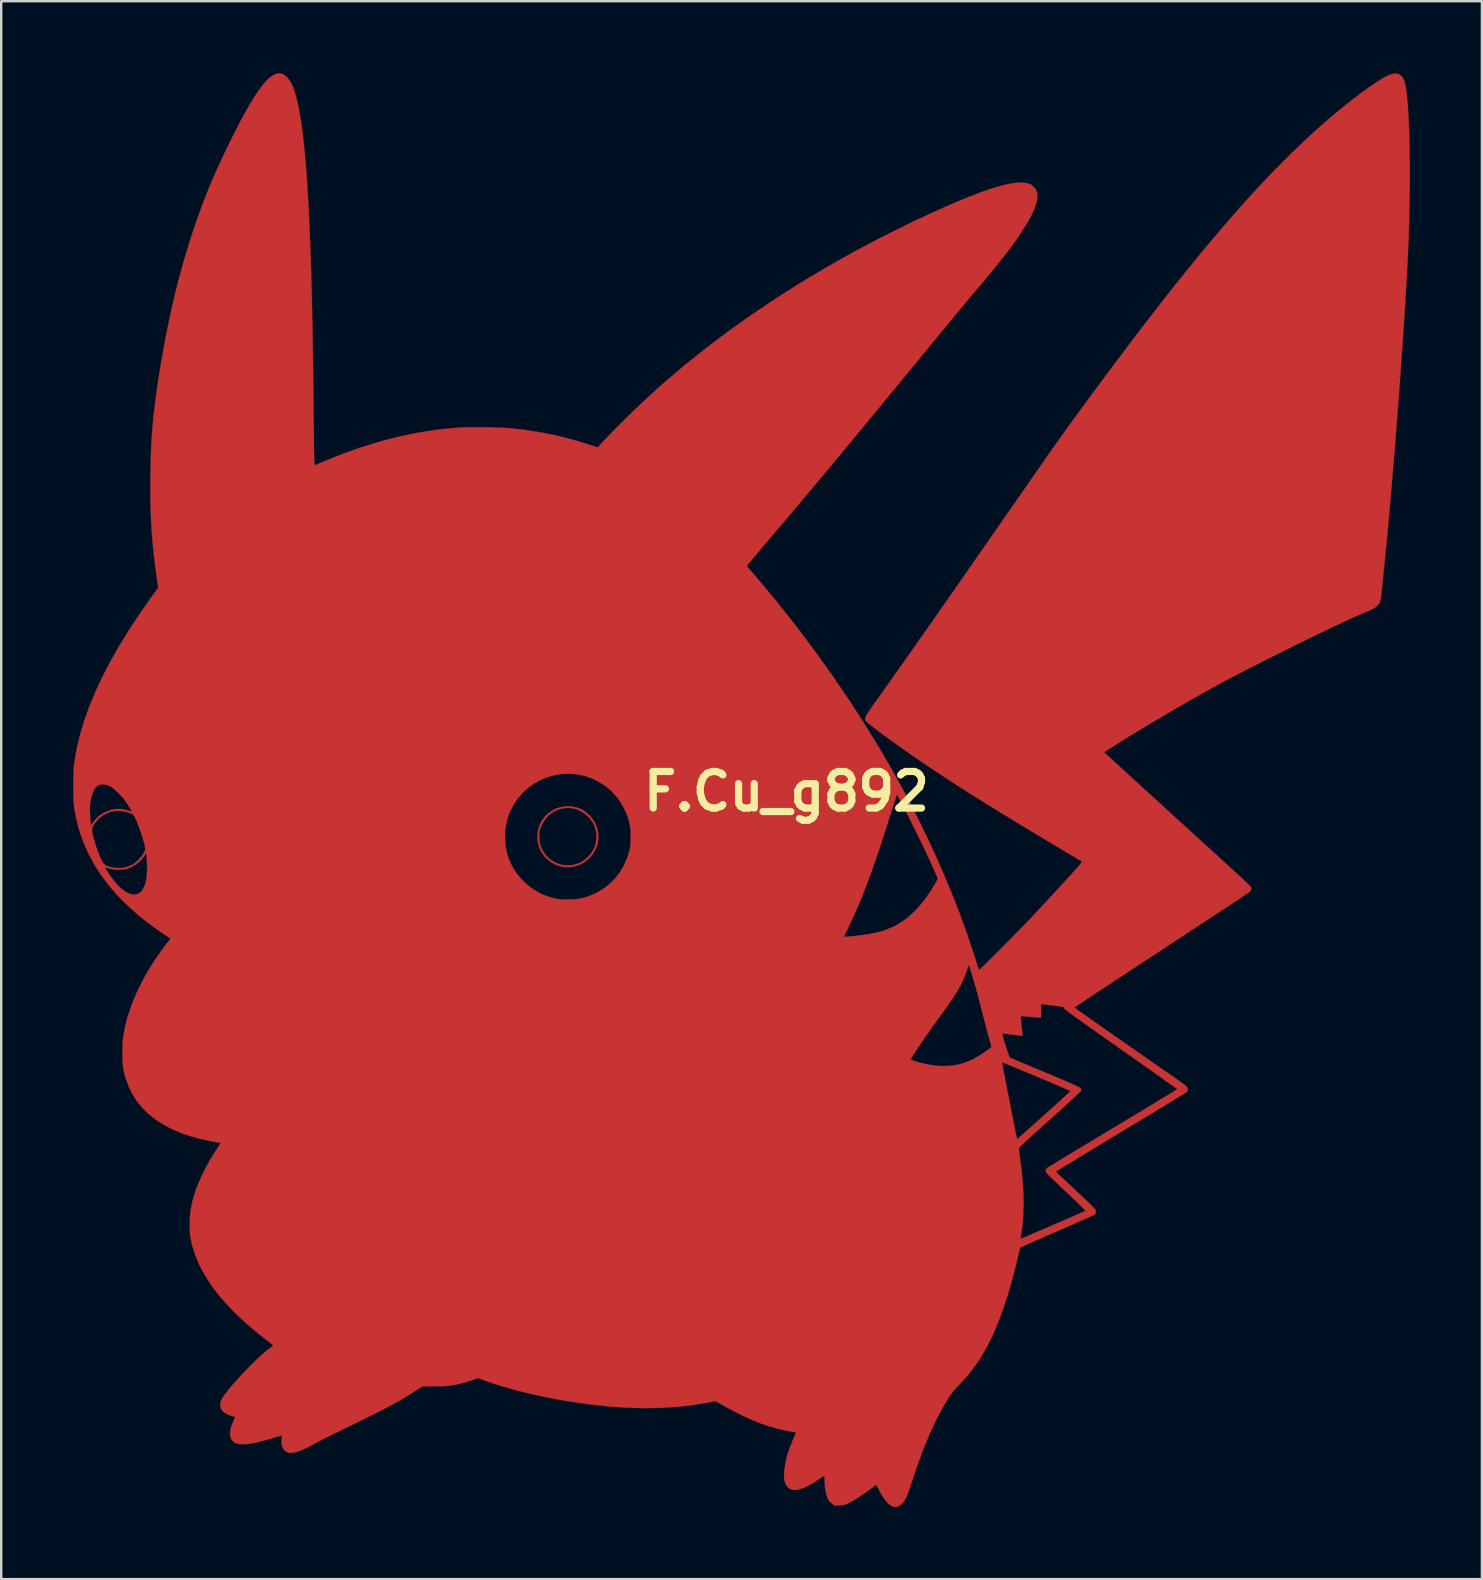
<source format=kicad_pcb>
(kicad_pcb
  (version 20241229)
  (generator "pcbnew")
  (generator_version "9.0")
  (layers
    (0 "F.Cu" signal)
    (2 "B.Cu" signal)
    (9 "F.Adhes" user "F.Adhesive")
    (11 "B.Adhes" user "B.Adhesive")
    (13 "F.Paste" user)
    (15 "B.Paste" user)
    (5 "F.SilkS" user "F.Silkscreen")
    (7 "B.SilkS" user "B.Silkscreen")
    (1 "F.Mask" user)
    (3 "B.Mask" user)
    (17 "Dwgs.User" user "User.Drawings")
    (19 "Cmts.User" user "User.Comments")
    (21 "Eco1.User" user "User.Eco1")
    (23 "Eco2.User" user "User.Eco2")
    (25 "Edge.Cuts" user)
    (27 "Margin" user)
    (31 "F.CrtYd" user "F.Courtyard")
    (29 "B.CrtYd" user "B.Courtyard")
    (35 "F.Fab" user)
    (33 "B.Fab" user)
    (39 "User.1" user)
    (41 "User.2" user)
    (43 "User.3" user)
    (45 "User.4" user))
  (footprint "F.Cu_g892"
    (layer "F.Cu")
    (at 29.71 29.919)
    (property "Reference" "F.Cu_g892" (at 0 0 0) (layer "F.SilkS") (effects (font (size 1.524 1.524) (thickness 0.3))))
    (attr through_hole)
    (fp_poly (pts (xy -8.772 0.657) (xy -8.554 0.736) (xy -8.533 0.746) (xy -8.403 0.825) (xy -8.27 0.934) (xy -8.146 1.062) (xy -8.04 1.197) (xy -7.972 1.312) (xy -7.886 1.533) (xy -7.841 1.756) (xy -7.837 1.977) (xy -7.873 2.194) (xy -7.947 2.402) (xy -8.061 2.597) (xy -8.211 2.775) (xy -8.389 2.926) (xy -8.586 3.039) (xy -8.796 3.115) (xy -9.016 3.151) (xy -9.242 3.147) (xy -9.433 3.112) (xy -9.65 3.034) (xy -9.845 2.92) (xy -10.016 2.774) (xy -10.159 2.597) (xy -10.244 2.448) (xy -10.31 2.295) (xy -10.35 2.146) (xy -10.369 1.985) (xy -10.371 1.884) (xy -10.365 1.811) (xy -10.298 1.811) (xy -10.297 1.965) (xy -10.281 2.113) (xy -10.251 2.239) (xy -10.249 2.244) (xy -10.155 2.459) (xy -10.031 2.645) (xy -9.878 2.8) (xy -9.694 2.926) (xy -9.543 2.998) (xy -9.344 3.057) (xy -9.134 3.08) (xy -8.922 3.066) (xy -8.778 3.034) (xy -8.587 2.96) (xy -8.416 2.855) (xy -8.265 2.722) (xy -8.12 2.552) (xy -8.016 2.374) (xy -7.949 2.181) (xy -7.919 1.97) (xy -7.916 1.88) (xy -7.932 1.665) (xy -7.982 1.472) (xy -8.067 1.293) (xy -8.191 1.123) (xy -8.274 1.035) (xy -8.444 0.892) (xy -8.627 0.787) (xy -8.819 0.719) (xy -9.016 0.686) (xy -9.214 0.687) (xy -9.408 0.722) (xy -9.594 0.789) (xy -9.769 0.888) (xy -9.927 1.017) (xy -10.066 1.175) (xy -10.181 1.362) (xy -10.258 1.545) (xy -10.285 1.666) (xy -10.298 1.811) (xy -10.365 1.811) (xy -10.352 1.649) (xy -10.296 1.432) (xy -10.201 1.234) (xy -10.068 1.052) (xy -10.015 0.996) (xy -9.838 0.846) (xy -9.644 0.733) (xy -9.435 0.656) (xy -9.217 0.618) (xy -8.994 0.618) (xy -8.772 0.657)) (stroke (width 0.01) (type solid)) (fill yes) (layer "F.Cu"))
    (fp_poly (pts (xy -21.007 -29.891) (xy -20.888 -29.828) (xy -20.777 -29.725) (xy -20.675 -29.583) (xy -20.583 -29.405) (xy -20.542 -29.305) (xy -20.48 -29.125) (xy -20.421 -28.919) (xy -20.364 -28.688) (xy -20.31 -28.429) (xy -20.259 -28.143) (xy -20.21 -27.828) (xy -20.163 -27.485) (xy -20.119 -27.112) (xy -20.077 -26.709) (xy -20.037 -26.274) (xy -20 -25.808) (xy -19.965 -25.31) (xy -19.932 -24.778) (xy -19.902 -24.213) (xy -19.873 -23.613) (xy -19.847 -22.978) (xy -19.822 -22.307) (xy -19.8 -21.6) (xy -19.779 -20.856) (xy -19.761 -20.073) (xy -19.744 -19.252) (xy -19.729 -18.391) (xy -19.716 -17.491) (xy -19.704 -16.55) (xy -19.695 -15.567) (xy -19.692 -15.277) (xy -19.69 -15.014) (xy -19.687 -14.763) (xy -19.684 -14.528) (xy -19.681 -14.312) (xy -19.678 -14.119) (xy -19.675 -13.95) (xy -19.671 -13.81) (xy -19.668 -13.701) (xy -19.665 -13.628) (xy -19.662 -13.592) (xy -19.661 -13.589) (xy -19.637 -13.597) (xy -19.581 -13.619) (xy -19.498 -13.653) (xy -19.396 -13.695) (xy -19.28 -13.744) (xy -19.278 -13.745) (xy -18.474 -14.068) (xy -17.677 -14.35) (xy -16.888 -14.591) (xy -16.104 -14.791) (xy -15.326 -14.95) (xy -14.552 -15.069) (xy -13.782 -15.147) (xy -13.647 -15.157) (xy -13.495 -15.165) (xy -13.311 -15.17) (xy -13.103 -15.173) (xy -12.877 -15.173) (xy -12.641 -15.172) (xy -12.403 -15.169) (xy -12.169 -15.163) (xy -11.948 -15.156) (xy -11.746 -15.148) (xy -11.571 -15.138) (xy -11.43 -15.126) (xy -11.419 -15.125) (xy -10.822 -15.052) (xy -10.254 -14.962) (xy -9.704 -14.854) (xy -9.162 -14.725) (xy -8.618 -14.572) (xy -8.256 -14.459) (xy -7.865 -14.332) (xy -7.675 -14.537) (xy -7.439 -14.788) (xy -7.176 -15.059) (xy -6.892 -15.344) (xy -6.593 -15.639) (xy -6.285 -15.937) (xy -5.974 -16.232) (xy -5.666 -16.518) (xy -5.368 -16.79) (xy -5.112 -17.017) (xy -4.238 -17.76) (xy -3.325 -18.488) (xy -2.377 -19.202) (xy -1.396 -19.898) (xy -0.384 -20.576) (xy 0.658 -21.234) (xy 1.725 -21.87) (xy 2.816 -22.484) (xy 3.929 -23.073) (xy 5.061 -23.635) (xy 5.345 -23.771) (xy 5.875 -24.019) (xy 6.37 -24.245) (xy 6.832 -24.449) (xy 7.261 -24.632) (xy 7.659 -24.793) (xy 8.026 -24.934) (xy 8.363 -25.054) (xy 8.672 -25.154) (xy 8.954 -25.235) (xy 9.209 -25.297) (xy 9.438 -25.339) (xy 9.577 -25.358) (xy 9.69 -25.368) (xy 9.78 -25.369) (xy 9.867 -25.362) (xy 9.97 -25.345) (xy 9.977 -25.343) (xy 10.069 -25.325) (xy 10.133 -25.307) (xy 10.181 -25.283) (xy 10.228 -25.246) (xy 10.287 -25.19) (xy 10.288 -25.189) (xy 10.355 -25.119) (xy 10.397 -25.061) (xy 10.423 -25) (xy 10.434 -24.959) (xy 10.452 -24.814) (xy 10.438 -24.648) (xy 10.394 -24.461) (xy 10.319 -24.252) (xy 10.212 -24.019) (xy 10.073 -23.761) (xy 9.902 -23.478) (xy 9.882 -23.446) (xy 9.742 -23.231) (xy 9.592 -23.012) (xy 9.43 -22.785) (xy 9.254 -22.548) (xy 9.061 -22.297) (xy 8.85 -22.029) (xy 8.617 -21.742) (xy 8.361 -21.433) (xy 8.079 -21.098) (xy 7.895 -20.881) (xy 7.827 -20.801) (xy 7.735 -20.691) (xy 7.62 -20.554) (xy 7.485 -20.392) (xy 7.332 -20.208) (xy 7.164 -20.004) (xy 6.981 -19.784) (xy 6.787 -19.549) (xy 6.584 -19.303) (xy 6.373 -19.047) (xy 6.158 -18.786) (xy 5.94 -18.521) (xy 5.81 -18.362) (xy 5.376 -17.834) (xy 4.968 -17.337) (xy 4.583 -16.869) (xy 4.219 -16.427) (xy 3.876 -16.011) (xy 3.551 -15.617) (xy 3.244 -15.244) (xy 2.951 -14.889) (xy 2.672 -14.552) (xy 2.404 -14.229) (xy 2.147 -13.919) (xy 1.898 -13.62) (xy 1.656 -13.329) (xy 1.419 -13.046) (xy 1.186 -12.767) (xy 0.954 -12.491) (xy 0.723 -12.215) (xy 0.49 -11.939) (xy 0.254 -11.659) (xy 0.013 -11.374) (xy -0.235 -11.082) (xy -0.49 -10.781) (xy -0.756 -10.468) (xy -0.916 -10.28) (xy -1.054 -10.117) (xy -1.183 -9.964) (xy -1.302 -9.823) (xy -1.407 -9.697) (xy -1.496 -9.59) (xy -1.567 -9.505) (xy -1.616 -9.445) (xy -1.641 -9.412) (xy -1.644 -9.408) (xy -1.636 -9.378) (xy -1.605 -9.33) (xy -1.562 -9.277) (xy -1.517 -9.228) (xy -1.451 -9.153) (xy -1.372 -9.062) (xy -1.284 -8.961) (xy -1.215 -8.879) (xy -0.425 -7.934) (xy 0.352 -6.953) (xy 1.113 -5.944) (xy 1.853 -4.914) (xy 2.567 -3.869) (xy 3.25 -2.816) (xy 3.897 -1.763) (xy 3.951 -1.672) (xy 4.484 -0.749) (xy 4.996 0.19) (xy 5.484 1.139) (xy 5.947 2.095) (xy 6.383 3.053) (xy 6.791 4.009) (xy 7.167 4.958) (xy 7.51 5.897) (xy 7.819 6.821) (xy 7.896 7.064) (xy 7.933 7.181) (xy 7.967 7.282) (xy 7.995 7.362) (xy 8.017 7.413) (xy 8.027 7.429) (xy 8.047 7.415) (xy 8.093 7.373) (xy 8.164 7.305) (xy 8.256 7.216) (xy 8.366 7.107) (xy 8.493 6.982) (xy 8.633 6.843) (xy 8.783 6.692) (xy 8.942 6.533) (xy 9.105 6.369) (xy 9.271 6.201) (xy 9.437 6.033) (xy 9.599 5.867) (xy 9.756 5.707) (xy 9.905 5.554) (xy 10.043 5.412) (xy 10.166 5.284) (xy 10.273 5.171) (xy 10.309 5.133) (xy 10.444 4.989) (xy 10.594 4.828) (xy 10.755 4.655) (xy 10.923 4.474) (xy 11.096 4.287) (xy 11.268 4.1) (xy 11.437 3.916) (xy 11.599 3.74) (xy 11.751 3.574) (xy 11.888 3.424) (xy 12.007 3.293) (xy 12.104 3.186) (xy 12.172 3.109) (xy 12.232 3.038) (xy 12.277 2.978) (xy 12.302 2.937) (xy 12.305 2.921) (xy 12.284 2.907) (xy 12.23 2.874) (xy 12.147 2.824) (xy 12.039 2.759) (xy 11.911 2.682) (xy 11.765 2.595) (xy 11.607 2.5) (xy 11.515 2.445) (xy 10.981 2.126) (xy 10.481 1.826) (xy 10.012 1.544) (xy 9.573 1.278) (xy 9.158 1.026) (xy 8.768 0.786) (xy 8.397 0.557) (xy 8.044 0.337) (xy 7.706 0.125) (xy 7.38 -0.082) (xy 7.064 -0.285) (xy 6.754 -0.486) (xy 6.448 -0.686) (xy 6.143 -0.888) (xy 6.043 -0.955) (xy 5.817 -1.106) (xy 5.585 -1.264) (xy 5.351 -1.425) (xy 5.116 -1.588) (xy 4.884 -1.751) (xy 4.657 -1.911) (xy 4.439 -2.068) (xy 4.232 -2.217) (xy 4.038 -2.359) (xy 3.862 -2.49) (xy 3.704 -2.608) (xy 3.57 -2.712) (xy 3.46 -2.8) (xy 3.378 -2.869) (xy 3.327 -2.917) (xy 3.313 -2.934) (xy 3.293 -2.966) (xy 3.28 -2.996) (xy 3.275 -3.028) (xy 3.28 -3.066) (xy 3.296 -3.112) (xy 3.326 -3.172) (xy 3.371 -3.247) (xy 3.433 -3.342) (xy 3.514 -3.46) (xy 3.616 -3.604) (xy 3.74 -3.779) (xy 3.773 -3.824) (xy 4.051 -4.215) (xy 4.348 -4.633) (xy 4.663 -5.078) (xy 4.997 -5.552) (xy 5.351 -6.056) (xy 5.725 -6.589) (xy 6.121 -7.154) (xy 6.538 -7.75) (xy 6.977 -8.38) (xy 7.439 -9.043) (xy 7.641 -9.335) (xy 7.822 -9.595) (xy 8.015 -9.872) (xy 8.217 -10.161) (xy 8.421 -10.456) (xy 8.626 -10.75) (xy 8.826 -11.037) (xy 9.017 -11.312) (xy 9.196 -11.568) (xy 9.357 -11.8) (xy 9.461 -11.949) (xy 9.612 -12.166) (xy 9.768 -12.389) (xy 9.923 -12.613) (xy 10.076 -12.833) (xy 10.222 -13.043) (xy 10.357 -13.239) (xy 10.479 -13.415) (xy 10.583 -13.566) (xy 10.657 -13.674) (xy 10.866 -13.974) (xy 11.098 -14.305) (xy 11.351 -14.661) (xy 11.624 -15.041) (xy 11.913 -15.441) (xy 12.215 -15.856) (xy 12.53 -16.285) (xy 12.853 -16.723) (xy 13.182 -17.167) (xy 13.516 -17.614) (xy 13.85 -18.06) (xy 14.184 -18.503) (xy 14.514 -18.938) (xy 14.838 -19.362) (xy 15.153 -19.773) (xy 15.457 -20.166) (xy 15.747 -20.539) (xy 16.021 -20.887) (xy 16.168 -21.071) (xy 16.711 -21.748) (xy 17.236 -22.39) (xy 17.743 -22.999) (xy 18.236 -23.578) (xy 18.716 -24.129) (xy 19.184 -24.654) (xy 19.643 -25.155) (xy 20.095 -25.635) (xy 20.542 -26.095) (xy 20.986 -26.538) (xy 21.428 -26.966) (xy 21.675 -27.199) (xy 21.983 -27.483) (xy 22.3 -27.765) (xy 22.621 -28.043) (xy 22.942 -28.313) (xy 23.261 -28.572) (xy 23.572 -28.818) (xy 23.873 -29.048) (xy 24.158 -29.258) (xy 24.425 -29.445) (xy 24.67 -29.606) (xy 24.828 -29.703) (xy 25.001 -29.798) (xy 25.149 -29.863) (xy 25.276 -29.898) (xy 25.387 -29.905) (xy 25.486 -29.884) (xy 25.528 -29.866) (xy 25.597 -29.821) (xy 25.654 -29.762) (xy 25.702 -29.683) (xy 25.741 -29.579) (xy 25.775 -29.446) (xy 25.805 -29.279) (xy 25.824 -29.139) (xy 25.854 -28.874) (xy 25.88 -28.57) (xy 25.903 -28.23) (xy 25.921 -27.857) (xy 25.937 -27.454) (xy 25.949 -27.025) (xy 25.957 -26.572) (xy 25.961 -26.099) (xy 25.962 -25.609) (xy 25.959 -25.104) (xy 25.953 -24.589) (xy 25.943 -24.065) (xy 25.929 -23.537) (xy 25.911 -23.007) (xy 25.889 -22.479) (xy 25.865 -21.982) (xy 25.836 -21.439) (xy 25.803 -20.861) (xy 25.766 -20.252) (xy 25.725 -19.616) (xy 25.682 -18.957) (xy 25.636 -18.28) (xy 25.587 -17.589) (xy 25.536 -16.888) (xy 25.483 -16.181) (xy 25.429 -15.472) (xy 25.374 -14.766) (xy 25.318 -14.068) (xy 25.261 -13.38) (xy 25.205 -12.708) (xy 25.148 -12.056) (xy 25.092 -11.428) (xy 25.037 -10.828) (xy 24.983 -10.26) (xy 24.93 -9.73) (xy 24.914 -9.567) (xy 24.893 -9.366) (xy 24.873 -9.162) (xy 24.853 -8.961) (xy 24.835 -8.773) (xy 24.818 -8.604) (xy 24.805 -8.463) (xy 24.797 -8.371) (xy 24.782 -8.207) (xy 24.763 -8.07) (xy 24.738 -7.957) (xy 24.703 -7.862) (xy 24.652 -7.782) (xy 24.583 -7.712) (xy 24.492 -7.647) (xy 24.375 -7.582) (xy 24.227 -7.514) (xy 24.045 -7.437) (xy 23.961 -7.403) (xy 23.822 -7.344) (xy 23.649 -7.268) (xy 23.445 -7.175) (xy 23.212 -7.067) (xy 22.955 -6.946) (xy 22.676 -6.814) (xy 22.378 -6.671) (xy 22.064 -6.519) (xy 21.738 -6.36) (xy 21.403 -6.196) (xy 21.062 -6.028) (xy 20.718 -5.857) (xy 20.374 -5.686) (xy 20.034 -5.515) (xy 19.7 -5.346) (xy 19.375 -5.181) (xy 19.064 -5.022) (xy 18.768 -4.869) (xy 18.491 -4.725) (xy 18.237 -4.59) (xy 18.034 -4.481) (xy 17.728 -4.314) (xy 17.393 -4.128) (xy 17.035 -3.925) (xy 16.658 -3.709) (xy 16.269 -3.484) (xy 15.873 -3.253) (xy 15.476 -3.018) (xy 15.083 -2.784) (xy 14.7 -2.554) (xy 14.333 -2.331) (xy 13.987 -2.118) (xy 13.668 -1.918) (xy 13.417 -1.759) (xy 13.227 -1.637) (xy 13.943 -0.982) (xy 14.085 -0.852) (xy 14.255 -0.696) (xy 14.45 -0.517) (xy 14.668 -0.318) (xy 14.904 -0.102) (xy 15.156 0.128) (xy 15.422 0.37) (xy 15.697 0.622) (xy 15.979 0.879) (xy 16.264 1.14) (xy 16.55 1.401) (xy 16.834 1.66) (xy 17.112 1.913) (xy 17.381 2.159) (xy 17.639 2.394) (xy 17.882 2.616) (xy 18.108 2.822) (xy 18.312 3.008) (xy 18.492 3.172) (xy 18.646 3.312) (xy 18.69 3.352) (xy 18.828 3.478) (xy 18.957 3.597) (xy 19.073 3.705) (xy 19.173 3.799) (xy 19.254 3.876) (xy 19.311 3.932) (xy 19.341 3.964) (xy 19.344 3.968) (xy 19.362 4.035) (xy 19.343 4.11) (xy 19.308 4.162) (xy 19.282 4.184) (xy 19.224 4.226) (xy 19.14 4.285) (xy 19.033 4.358) (xy 18.908 4.442) (xy 18.77 4.534) (xy 18.647 4.615) (xy 18.524 4.695) (xy 18.369 4.797) (xy 18.183 4.919) (xy 17.97 5.059) (xy 17.732 5.215) (xy 17.472 5.386) (xy 17.192 5.57) (xy 16.895 5.765) (xy 16.584 5.97) (xy 16.261 6.182) (xy 15.928 6.4) (xy 15.589 6.623) (xy 15.247 6.848) (xy 14.902 7.075) (xy 14.559 7.3) (xy 14.22 7.523) (xy 13.888 7.742) (xy 13.564 7.955) (xy 13.252 8.16) (xy 13.208 8.189) (xy 13.006 8.322) (xy 12.814 8.449) (xy 12.635 8.567) (xy 12.474 8.675) (xy 12.331 8.77) (xy 12.211 8.851) (xy 12.115 8.915) (xy 12.048 8.962) (xy 12.012 8.988) (xy 12.006 8.993) (xy 12.021 9.01) (xy 12.064 9.047) (xy 12.132 9.099) (xy 12.217 9.161) (xy 12.281 9.207) (xy 12.598 9.429) (xy 12.924 9.658) (xy 13.254 9.89) (xy 13.586 10.122) (xy 13.915 10.352) (xy 14.237 10.576) (xy 14.547 10.793) (xy 14.843 10.999) (xy 15.118 11.19) (xy 15.371 11.366) (xy 15.595 11.521) (xy 15.737 11.62) (xy 15.91 11.739) (xy 16.074 11.854) (xy 16.225 11.96) (xy 16.359 12.056) (xy 16.474 12.139) (xy 16.565 12.206) (xy 16.628 12.255) (xy 16.661 12.283) (xy 16.663 12.285) (xy 16.71 12.362) (xy 16.718 12.437) (xy 16.686 12.504) (xy 16.685 12.506) (xy 16.662 12.523) (xy 16.605 12.56) (xy 16.517 12.616) (xy 16.4 12.688) (xy 16.256 12.777) (xy 16.089 12.88) (xy 15.9 12.995) (xy 15.692 13.122) (xy 15.468 13.258) (xy 15.23 13.403) (xy 14.98 13.553) (xy 14.806 13.658) (xy 14.325 13.948) (xy 13.88 14.216) (xy 13.471 14.463) (xy 13.098 14.689) (xy 12.759 14.894) (xy 12.455 15.078) (xy 12.186 15.241) (xy 11.951 15.385) (xy 11.749 15.508) (xy 11.582 15.611) (xy 11.447 15.694) (xy 11.345 15.758) (xy 11.276 15.802) (xy 11.239 15.827) (xy 11.233 15.832) (xy 11.242 15.85) (xy 11.278 15.892) (xy 11.334 15.95) (xy 11.408 16.019) (xy 11.435 16.044) (xy 11.566 16.164) (xy 11.707 16.294) (xy 11.853 16.43) (xy 12.001 16.568) (xy 12.148 16.707) (xy 12.29 16.842) (xy 12.424 16.969) (xy 12.546 17.087) (xy 12.654 17.192) (xy 12.743 17.28) (xy 12.81 17.349) (xy 12.853 17.395) (xy 12.867 17.412) (xy 12.891 17.5) (xy 12.878 17.574) (xy 12.832 17.626) (xy 12.804 17.641) (xy 12.74 17.671) (xy 12.643 17.715) (xy 12.517 17.772) (xy 12.364 17.84) (xy 12.188 17.918) (xy 11.992 18.004) (xy 11.779 18.098) (xy 11.552 18.197) (xy 11.314 18.301) (xy 11.271 18.319) (xy 11.033 18.423) (xy 10.805 18.522) (xy 10.592 18.616) (xy 10.396 18.702) (xy 10.219 18.78) (xy 10.066 18.848) (xy 9.939 18.904) (xy 9.842 18.949) (xy 9.776 18.979) (xy 9.746 18.994) (xy 9.745 18.995) (xy 9.733 19.021) (xy 9.715 19.083) (xy 9.69 19.175) (xy 9.661 19.29) (xy 9.629 19.423) (xy 9.601 19.542) (xy 9.485 20.018) (xy 9.358 20.49) (xy 9.222 20.952) (xy 9.077 21.398) (xy 8.927 21.823) (xy 8.773 22.22) (xy 8.617 22.583) (xy 8.54 22.75) (xy 8.353 23.119) (xy 8.164 23.455) (xy 7.966 23.767) (xy 7.752 24.064) (xy 7.517 24.355) (xy 7.253 24.648) (xy 7.142 24.765) (xy 6.985 24.937) (xy 6.855 25.1) (xy 6.78 25.209) (xy 6.583 25.535) (xy 6.395 25.871) (xy 6.215 26.221) (xy 6.04 26.589) (xy 5.87 26.979) (xy 5.701 27.394) (xy 5.534 27.839) (xy 5.366 28.318) (xy 5.195 28.834) (xy 5.155 28.959) (xy 5.083 29.172) (xy 5.013 29.346) (xy 4.944 29.487) (xy 4.874 29.597) (xy 4.8 29.681) (xy 4.734 29.734) (xy 4.631 29.787) (xy 4.532 29.802) (xy 4.427 29.781) (xy 4.345 29.744) (xy 4.261 29.684) (xy 4.169 29.589) (xy 4.073 29.466) (xy 3.977 29.321) (xy 3.888 29.161) (xy 3.851 29.087) (xy 3.802 28.986) (xy 3.765 28.922) (xy 3.739 28.89) (xy 3.721 28.886) (xy 3.72 28.886) (xy 3.694 28.904) (xy 3.641 28.943) (xy 3.568 28.997) (xy 3.482 29.061) (xy 3.45 29.085) (xy 3.208 29.261) (xy 2.984 29.412) (xy 2.781 29.537) (xy 2.602 29.632) (xy 2.592 29.637) (xy 2.5 29.68) (xy 2.428 29.707) (xy 2.362 29.723) (xy 2.283 29.731) (xy 2.202 29.735) (xy 2 29.743) (xy 1.875 29.64) (xy 1.807 29.582) (xy 1.762 29.531) (xy 1.728 29.471) (xy 1.695 29.387) (xy 1.691 29.377) (xy 1.628 29.146) (xy 1.594 28.885) (xy 1.587 28.698) (xy 1.588 28.615) (xy 1.585 28.559) (xy 1.573 28.53) (xy 1.546 28.528) (xy 1.5 28.55) (xy 1.428 28.596) (xy 1.338 28.656) (xy 1.121 28.795) (xy 0.919 28.909) (xy 0.735 28.997) (xy 0.571 29.058) (xy 0.43 29.091) (xy 0.316 29.095) (xy 0.311 29.094) (xy 0.188 29.067) (xy 0.091 29.016) (xy 0.016 28.936) (xy -0.045 28.823) (xy -0.074 28.746) (xy -0.096 28.633) (xy -0.102 28.484) (xy -0.092 28.305) (xy -0.064 28.099) (xy -0.025 27.887) (xy 0.003 27.762) (xy 0.032 27.648) (xy 0.064 27.538) (xy 0.103 27.423) (xy 0.151 27.295) (xy 0.211 27.144) (xy 0.282 26.973) (xy 0.399 26.694) (xy 0.247 26.67) (xy -0.084 26.609) (xy -0.405 26.534) (xy -0.722 26.444) (xy -1.04 26.336) (xy -1.365 26.208) (xy -1.702 26.058) (xy -2.057 25.884) (xy -2.435 25.684) (xy -2.603 25.59) (xy -2.953 25.395) (xy -3.302 25.46) (xy -3.945 25.564) (xy -4.608 25.636) (xy -5.291 25.676) (xy -5.996 25.685) (xy -6.724 25.662) (xy -7.476 25.608) (xy -8.254 25.523) (xy -9.059 25.406) (xy -9.288 25.367) (xy -9.723 25.288) (xy -10.161 25.199) (xy -10.596 25.103) (xy -11.022 25) (xy -11.433 24.892) (xy -11.823 24.781) (xy -12.186 24.669) (xy -12.516 24.556) (xy -12.686 24.492) (xy -12.853 24.428) (xy -13.076 24.512) (xy -13.365 24.607) (xy -13.689 24.689) (xy -13.928 24.736) (xy -14.014 24.749) (xy -14.113 24.759) (xy -14.231 24.766) (xy -14.374 24.771) (xy -14.55 24.773) (xy -14.648 24.774) (xy -15.168 24.776) (xy -15.431 24.948) (xy -15.555 25.028) (xy -15.672 25.103) (xy -15.785 25.174) (xy -15.898 25.243) (xy -16.013 25.312) (xy -16.131 25.38) (xy -16.257 25.451) (xy -16.392 25.525) (xy -16.54 25.604) (xy -16.702 25.689) (xy -16.881 25.781) (xy -17.08 25.882) (xy -17.302 25.993) (xy -17.549 26.115) (xy -17.823 26.251) (xy -18.128 26.401) (xy -18.466 26.566) (xy -18.839 26.748) (xy -18.848 26.752) (xy -19.001 26.828) (xy -19.15 26.902) (xy -19.288 26.972) (xy -19.409 27.033) (xy -19.507 27.084) (xy -19.573 27.12) (xy -19.58 27.124) (xy -19.844 27.27) (xy -20.079 27.385) (xy -20.284 27.469) (xy -20.461 27.523) (xy -20.61 27.548) (xy -20.73 27.541) (xy -20.781 27.526) (xy -20.889 27.462) (xy -20.966 27.368) (xy -21.015 27.245) (xy -21.033 27.093) (xy -21.028 26.967) (xy -21.013 26.819) (xy -21.116 26.849) (xy -21.177 26.866) (xy -21.267 26.892) (xy -21.373 26.923) (xy -21.482 26.955) (xy -21.773 27.037) (xy -22.029 27.101) (xy -22.252 27.148) (xy -22.444 27.178) (xy -22.609 27.191) (xy -22.748 27.188) (xy -22.865 27.168) (xy -22.963 27.132) (xy -23.01 27.105) (xy -23.098 27.023) (xy -23.154 26.915) (xy -23.177 26.783) (xy -23.169 26.629) (xy -23.128 26.456) (xy -23.055 26.264) (xy -23.043 26.238) (xy -23.008 26.162) (xy -22.982 26.1) (xy -22.967 26.063) (xy -22.966 26.057) (xy -22.985 26.046) (xy -23.035 26.029) (xy -23.106 26.01) (xy -23.119 26.007) (xy -23.238 25.97) (xy -23.341 25.917) (xy -23.399 25.876) (xy -23.474 25.816) (xy -23.522 25.764) (xy -23.553 25.706) (xy -23.577 25.628) (xy -23.581 25.612) (xy -23.59 25.543) (xy -23.583 25.47) (xy -23.559 25.389) (xy -23.515 25.297) (xy -23.45 25.191) (xy -23.361 25.068) (xy -23.248 24.925) (xy -23.107 24.758) (xy -22.961 24.591) (xy -22.772 24.381) (xy -22.581 24.176) (xy -22.392 23.979) (xy -22.209 23.795) (xy -22.036 23.627) (xy -21.877 23.48) (xy -21.736 23.357) (xy -21.618 23.263) (xy -21.606 23.254) (xy -21.522 23.192) (xy -21.452 23.139) (xy -21.403 23.099) (xy -21.38 23.077) (xy -21.38 23.075) (xy -21.396 23.058) (xy -21.441 23.02) (xy -21.507 22.967) (xy -21.591 22.901) (xy -21.649 22.856) (xy -22.146 22.463) (xy -22.6 22.071) (xy -23.012 21.679) (xy -23.382 21.288) (xy -23.712 20.898) (xy -24 20.507) (xy -24.247 20.116) (xy -24.454 19.723) (xy -24.62 19.33) (xy -24.746 18.936) (xy -24.821 18.605) (xy -24.843 18.443) (xy -24.856 18.251) (xy -24.86 18.042) (xy -24.855 17.828) (xy -24.842 17.62) (xy -24.819 17.432) (xy -24.811 17.378) (xy -24.724 16.989) (xy -24.602 16.593) (xy -24.442 16.187) (xy -24.244 15.771) (xy -24.008 15.343) (xy -23.736 14.906) (xy -23.679 14.817) (xy -23.631 14.74) (xy -23.596 14.683) (xy -23.58 14.652) (xy -23.58 14.65) (xy -23.599 14.638) (xy -23.65 14.624) (xy -23.723 14.61) (xy -23.744 14.606) (xy -24.008 14.559) (xy -24.288 14.498) (xy -24.57 14.428) (xy -24.84 14.351) (xy -25.086 14.271) (xy -25.159 14.245) (xy -25.565 14.076) (xy -25.935 13.886) (xy -26.269 13.673) (xy -26.568 13.438) (xy -26.831 13.18) (xy -27.059 12.899) (xy -27.252 12.595) (xy -27.411 12.267) (xy -27.534 11.916) (xy -27.592 11.695) (xy -27.613 11.595) (xy -27.629 11.503) (xy -27.641 11.411) (xy -27.649 11.306) (xy -27.655 11.18) (xy -27.656 11.17) (xy 5.173 11.17) (xy 5.201 11.184) (xy 5.263 11.205) (xy 5.349 11.232) (xy 5.452 11.262) (xy 5.564 11.293) (xy 5.676 11.322) (xy 5.781 11.347) (xy 5.868 11.366) (xy 6.213 11.42) (xy 6.539 11.439) (xy 6.852 11.423) (xy 7.043 11.396) (xy 7.296 11.338) (xy 7.458 11.283) (xy 8.979 11.283) (xy 8.982 11.306) (xy 8.992 11.366) (xy 9.009 11.461) (xy 9.033 11.585) (xy 9.061 11.736) (xy 9.094 11.909) (xy 9.131 12.101) (xy 9.172 12.307) (xy 9.195 12.427) (xy 9.241 12.659) (xy 9.287 12.892) (xy 9.332 13.122) (xy 9.375 13.342) (xy 9.415 13.546) (xy 9.451 13.728) (xy 9.481 13.882) (xy 9.504 14.001) (xy 9.507 14.018) (xy 9.534 14.151) (xy 9.559 14.268) (xy 9.582 14.364) (xy 9.6 14.433) (xy 9.612 14.469) (xy 9.615 14.473) (xy 9.634 14.458) (xy 9.681 14.417) (xy 9.755 14.353) (xy 9.852 14.267) (xy 9.971 14.162) (xy 10.108 14.04) (xy 10.261 13.903) (xy 10.427 13.755) (xy 10.605 13.596) (xy 10.731 13.483) (xy 10.914 13.318) (xy 11.087 13.162) (xy 11.249 13.016) (xy 11.395 12.883) (xy 11.524 12.765) (xy 11.633 12.664) (xy 11.72 12.582) (xy 11.782 12.523) (xy 11.817 12.488) (xy 11.824 12.479) (xy 11.804 12.467) (xy 11.749 12.441) (xy 11.663 12.402) (xy 11.549 12.352) (xy 11.41 12.292) (xy 11.252 12.224) (xy 11.077 12.149) (xy 10.889 12.069) (xy 10.692 11.986) (xy 10.49 11.901) (xy 10.286 11.815) (xy 10.084 11.73) (xy 9.888 11.649) (xy 9.702 11.571) (xy 9.529 11.5) (xy 9.373 11.436) (xy 9.238 11.381) (xy 9.127 11.337) (xy 9.045 11.305) (xy 8.994 11.286) (xy 8.979 11.283) (xy 7.458 11.283) (xy 7.544 11.253) (xy 7.793 11.139) (xy 8.049 10.992) (xy 8.317 10.811) (xy 8.373 10.77) (xy 8.544 10.643) (xy 8.483 10.439) (xy 8.465 10.375) (xy 8.438 10.276) (xy 8.403 10.146) (xy 8.385 10.079) (xy 8.986 10.079) (xy 8.988 10.102) (xy 9.001 10.158) (xy 9.024 10.242) (xy 9.054 10.345) (xy 9.089 10.461) (xy 9.127 10.584) (xy 9.166 10.706) (xy 9.204 10.822) (xy 9.238 10.924) (xy 9.267 11.005) (xy 9.288 11.059) (xy 9.299 11.079) (xy 9.323 11.09) (xy 9.383 11.116) (xy 9.475 11.156) (xy 9.598 11.208) (xy 9.747 11.271) (xy 9.919 11.344) (xy 10.112 11.425) (xy 10.322 11.514) (xy 10.546 11.608) (xy 10.776 11.704) (xy 11.05 11.819) (xy 11.288 11.919) (xy 11.492 12.005) (xy 11.665 12.079) (xy 11.809 12.141) (xy 11.927 12.193) (xy 12.022 12.235) (xy 12.097 12.27) (xy 12.153 12.298) (xy 12.194 12.32) (xy 12.222 12.339) (xy 12.24 12.354) (xy 12.251 12.367) (xy 12.253 12.372) (xy 12.272 12.422) (xy 12.265 12.462) (xy 12.253 12.487) (xy 12.233 12.509) (xy 12.183 12.557) (xy 12.107 12.629) (xy 12.007 12.723) (xy 11.885 12.835) (xy 11.743 12.965) (xy 11.585 13.11) (xy 11.412 13.267) (xy 11.226 13.434) (xy 11.031 13.61) (xy 10.953 13.68) (xy 10.756 13.857) (xy 10.568 14.027) (xy 10.391 14.187) (xy 10.229 14.334) (xy 10.083 14.468) (xy 9.955 14.585) (xy 9.849 14.683) (xy 9.766 14.761) (xy 9.709 14.816) (xy 9.68 14.846) (xy 9.677 14.85) (xy 9.678 14.88) (xy 9.684 14.945) (xy 9.694 15.036) (xy 9.709 15.148) (xy 9.724 15.256) (xy 9.796 15.825) (xy 9.845 16.361) (xy 9.871 16.865) (xy 9.874 17.339) (xy 9.854 17.785) (xy 9.811 18.205) (xy 9.788 18.362) (xy 9.771 18.474) (xy 9.762 18.551) (xy 9.759 18.598) (xy 9.764 18.621) (xy 9.773 18.627) (xy 9.794 18.618) (xy 9.852 18.595) (xy 9.941 18.557) (xy 10.06 18.506) (xy 10.205 18.444) (xy 10.372 18.372) (xy 10.56 18.292) (xy 10.763 18.204) (xy 10.981 18.11) (xy 11.112 18.053) (xy 11.335 17.956) (xy 11.547 17.864) (xy 11.745 17.778) (xy 11.924 17.699) (xy 12.083 17.629) (xy 12.217 17.57) (xy 12.324 17.523) (xy 12.401 17.488) (xy 12.444 17.468) (xy 12.452 17.464) (xy 12.44 17.447) (xy 12.4 17.404) (xy 12.334 17.337) (xy 12.246 17.25) (xy 12.138 17.144) (xy 12.012 17.023) (xy 11.873 16.889) (xy 11.721 16.745) (xy 11.631 16.66) (xy 11.449 16.488) (xy 11.295 16.342) (xy 11.168 16.22) (xy 11.063 16.12) (xy 10.981 16.039) (xy 10.917 15.975) (xy 10.869 15.924) (xy 10.836 15.885) (xy 10.814 15.856) (xy 10.802 15.833) (xy 10.796 15.814) (xy 10.795 15.799) (xy 10.802 15.748) (xy 10.829 15.707) (xy 10.877 15.669) (xy 10.904 15.651) (xy 10.966 15.613) (xy 11.059 15.556) (xy 11.183 15.48) (xy 11.335 15.388) (xy 11.512 15.281) (xy 11.713 15.159) (xy 11.936 15.024) (xy 12.179 14.878) (xy 12.439 14.721) (xy 12.714 14.555) (xy 13.003 14.382) (xy 13.303 14.201) (xy 13.612 14.015) (xy 13.617 14.012) (xy 13.925 13.827) (xy 14.222 13.648) (xy 14.508 13.476) (xy 14.779 13.313) (xy 15.035 13.158) (xy 15.272 13.015) (xy 15.489 12.883) (xy 15.684 12.765) (xy 15.855 12.661) (xy 15.999 12.573) (xy 16.116 12.501) (xy 16.202 12.448) (xy 16.257 12.414) (xy 16.277 12.4) (xy 16.277 12.4) (xy 16.26 12.386) (xy 16.21 12.349) (xy 16.13 12.291) (xy 16.021 12.213) (xy 15.885 12.117) (xy 15.725 12.003) (xy 15.542 11.873) (xy 15.338 11.729) (xy 15.116 11.571) (xy 14.877 11.403) (xy 14.623 11.224) (xy 14.356 11.036) (xy 14.079 10.841) (xy 13.935 10.74) (xy 13.586 10.495) (xy 13.271 10.272) (xy 12.987 10.073) (xy 12.734 9.894) (xy 12.511 9.735) (xy 12.315 9.596) (xy 12.145 9.474) (xy 12 9.37) (xy 11.879 9.282) (xy 11.78 9.208) (xy 11.702 9.149) (xy 11.644 9.103) (xy 11.603 9.069) (xy 11.579 9.046) (xy 11.57 9.035) (xy 11.562 9.013) (xy 11.553 8.997) (xy 11.536 8.984) (xy 11.508 8.973) (xy 11.461 8.962) (xy 11.392 8.951) (xy 11.295 8.939) (xy 11.164 8.923) (xy 11.07 8.911) (xy 10.949 8.896) (xy 10.838 8.883) (xy 10.747 8.871) (xy 10.685 8.862) (xy 10.663 8.859) (xy 10.604 8.849) (xy 10.604 9.134) (xy 10.604 9.248) (xy 10.603 9.327) (xy 10.599 9.377) (xy 10.592 9.405) (xy 10.58 9.416) (xy 10.563 9.419) (xy 10.557 9.419) (xy 10.521 9.417) (xy 10.45 9.412) (xy 10.354 9.405) (xy 10.239 9.395) (xy 10.149 9.388) (xy 10.03 9.377) (xy 9.924 9.368) (xy 9.84 9.362) (xy 9.785 9.357) (xy 9.767 9.356) (xy 9.761 9.377) (xy 9.761 9.439) (xy 9.768 9.541) (xy 9.782 9.685) (xy 9.791 9.763) (xy 9.805 9.889) (xy 9.816 10) (xy 9.825 10.09) (xy 9.83 10.151) (xy 9.831 10.177) (xy 9.831 10.177) (xy 9.81 10.176) (xy 9.752 10.171) (xy 9.666 10.16) (xy 9.557 10.147) (xy 9.432 10.13) (xy 9.41 10.127) (xy 9.282 10.11) (xy 9.17 10.096) (xy 9.079 10.086) (xy 9.015 10.079) (xy 8.987 10.078) (xy 8.986 10.079) (xy 8.385 10.079) (xy 8.362 9.992) (xy 8.317 9.817) (xy 8.267 9.628) (xy 8.216 9.429) (xy 8.179 9.285) (xy 8.097 8.967) (xy 8.024 8.685) (xy 7.957 8.435) (xy 7.897 8.214) (xy 7.842 8.016) (xy 7.791 7.837) (xy 7.741 7.672) (xy 7.693 7.518) (xy 7.669 7.441) (xy 7.594 7.21) (xy 7.52 7.431) (xy 7.47 7.576) (xy 7.419 7.712) (xy 7.364 7.844) (xy 7.303 7.975) (xy 7.234 8.109) (xy 7.155 8.249) (xy 7.063 8.4) (xy 6.958 8.564) (xy 6.835 8.745) (xy 6.694 8.948) (xy 6.532 9.175) (xy 6.347 9.431) (xy 6.274 9.53) (xy 6.158 9.691) (xy 6.038 9.858) (xy 5.917 10.03) (xy 5.797 10.202) (xy 5.681 10.37) (xy 5.572 10.532) (xy 5.47 10.683) (xy 5.38 10.82) (xy 5.303 10.939) (xy 5.241 11.038) (xy 5.198 11.111) (xy 5.175 11.157) (xy 5.173 11.17) (xy -27.656 11.17) (xy -27.66 11.022) (xy -27.661 10.702) (xy -27.645 10.404) (xy -27.611 10.117) (xy -27.557 9.826) (xy -27.482 9.52) (xy -27.44 9.373) (xy -27.289 8.918) (xy -27.1 8.454) (xy -26.877 7.986) (xy -26.622 7.52) (xy -26.338 7.061) (xy -26.028 6.613) (xy -25.797 6.309) (xy -25.74 6.236) (xy -25.694 6.177) (xy -25.666 6.138) (xy -25.66 6.126) (xy -25.678 6.114) (xy -25.726 6.082) (xy -25.778 6.047) (xy 2.392 6.047) (xy 2.403 6.052) (xy 2.439 6.053) (xy 2.503 6.05) (xy 2.599 6.042) (xy 2.732 6.029) (xy 2.807 6.021) (xy 3.077 5.991) (xy 3.312 5.959) (xy 3.519 5.925) (xy 3.704 5.888) (xy 3.877 5.845) (xy 4.042 5.796) (xy 4.075 5.785) (xy 4.389 5.662) (xy 4.688 5.503) (xy 4.974 5.308) (xy 5.248 5.077) (xy 5.51 4.807) (xy 5.762 4.498) (xy 6.004 4.149) (xy 6.189 3.846) (xy 6.308 3.638) (xy 6.183 3.347) (xy 6.076 3.106) (xy 5.952 2.834) (xy 5.814 2.538) (xy 5.665 2.225) (xy 5.508 1.901) (xy 5.346 1.572) (xy 5.183 1.245) (xy 5.021 0.927) (xy 4.864 0.624) (xy 4.755 0.415) (xy 4.598 0.121) (xy 4.565 0.225) (xy 4.551 0.269) (xy 4.526 0.348) (xy 4.491 0.457) (xy 4.449 0.59) (xy 4.401 0.741) (xy 4.349 0.905) (xy 4.307 1.037) (xy 4.143 1.551) (xy 3.989 2.026) (xy 3.842 2.467) (xy 3.703 2.877) (xy 3.569 3.259) (xy 3.44 3.616) (xy 3.315 3.951) (xy 3.191 4.268) (xy 3.069 4.57) (xy 2.946 4.859) (xy 2.822 5.14) (xy 2.695 5.416) (xy 2.564 5.689) (xy 2.53 5.759) (xy 2.482 5.858) (xy 2.441 5.943) (xy 2.41 6.006) (xy 2.394 6.042) (xy 2.392 6.047) (xy -25.778 6.047) (xy -25.797 6.034) (xy -25.885 5.975) (xy -25.952 5.931) (xy -26.484 5.556) (xy -26.976 5.169) (xy -27.428 4.769) (xy -27.839 4.356) (xy -28.21 3.93) (xy -28.541 3.492) (xy -28.751 3.166) (xy -28.371 3.166) (xy -28.359 3.201) (xy -28.329 3.259) (xy -28.283 3.335) (xy -28.225 3.424) (xy -28.158 3.521) (xy -28.087 3.62) (xy -28.013 3.717) (xy -27.941 3.806) (xy -27.875 3.881) (xy -27.872 3.884) (xy -27.711 4.04) (xy -27.555 4.16) (xy -27.405 4.243) (xy -27.263 4.288) (xy -27.131 4.295) (xy -27.011 4.262) (xy -26.976 4.244) (xy -26.873 4.16) (xy -26.788 4.039) (xy -26.72 3.882) (xy -26.672 3.692) (xy -26.642 3.47) (xy -26.631 3.218) (xy -26.635 3.048) (xy -26.641 2.93) (xy -26.647 2.819) (xy -26.654 2.726) (xy -26.66 2.663) (xy -26.662 2.651) (xy -26.676 2.561) (xy -26.742 2.667) (xy -26.794 2.741) (xy -26.861 2.823) (xy -26.914 2.882) (xy -27.088 3.033) (xy -27.279 3.147) (xy -27.486 3.223) (xy -27.706 3.261) (xy -27.935 3.26) (xy -28.171 3.219) (xy -28.36 3.159) (xy -28.371 3.166) (xy -28.751 3.166) (xy -28.831 3.041) (xy -29.081 2.577) (xy -29.291 2.101) (xy -29.46 1.612) (xy -29.461 1.606) (xy -28.929 1.606) (xy -28.924 1.674) (xy -28.907 1.761) (xy -28.879 1.875) (xy -28.841 2.015) (xy -28.771 2.251) (xy -28.691 2.484) (xy -28.606 2.7) (xy -28.53 2.868) (xy -28.483 2.955) (xy -28.43 3.02) (xy -28.363 3.069) (xy -28.273 3.109) (xy -28.152 3.147) (xy -28.127 3.153) (xy -27.91 3.19) (xy -27.694 3.185) (xy -27.529 3.154) (xy -27.432 3.125) (xy -27.335 3.089) (xy -27.257 3.054) (xy -27.256 3.054) (xy -27.152 2.987) (xy -27.047 2.899) (xy -26.947 2.799) (xy -26.858 2.693) (xy -26.785 2.589) (xy -26.735 2.492) (xy -26.713 2.411) (xy -26.712 2.399) (xy -26.72 2.322) (xy -26.742 2.213) (xy -26.776 2.079) (xy -26.82 1.927) (xy -26.833 1.884) (xy -11.726 1.884) (xy -11.707 2.221) (xy -11.65 2.541) (xy -11.554 2.844) (xy -11.419 3.131) (xy -11.244 3.403) (xy -11.03 3.662) (xy -10.956 3.739) (xy -10.704 3.962) (xy -10.433 4.149) (xy -10.141 4.298) (xy -9.829 4.409) (xy -9.537 4.477) (xy -9.409 4.492) (xy -9.252 4.5) (xy -9.078 4.5) (xy -8.902 4.493) (xy -8.734 4.48) (xy -8.589 4.46) (xy -8.53 4.448) (xy -8.214 4.354) (xy -7.916 4.224) (xy -7.638 4.059) (xy -7.383 3.863) (xy -7.154 3.637) (xy -6.954 3.386) (xy -6.786 3.11) (xy -6.652 2.814) (xy -6.608 2.688) (xy -6.563 2.537) (xy -6.53 2.404) (xy -6.509 2.277) (xy -6.496 2.142) (xy -6.491 1.986) (xy -6.49 1.884) (xy -6.492 1.71) (xy -6.501 1.565) (xy -6.517 1.435) (xy -6.543 1.307) (xy -6.581 1.168) (xy -6.608 1.079) (xy -6.728 0.772) (xy -6.883 0.486) (xy -7.07 0.224) (xy -7.287 -0.012) (xy -7.53 -0.219) (xy -7.798 -0.395) (xy -8.087 -0.538) (xy -8.394 -0.645) (xy -8.685 -0.709) (xy -9.011 -0.741) (xy -9.332 -0.733) (xy -9.646 -0.686) (xy -9.949 -0.602) (xy -10.239 -0.484) (xy -10.512 -0.332) (xy -10.766 -0.149) (xy -10.998 0.063) (xy -11.203 0.302) (xy -11.38 0.568) (xy -11.524 0.856) (xy -11.598 1.05) (xy -11.668 1.305) (xy -11.711 1.566) (xy -11.726 1.847) (xy -11.726 1.884) (xy -26.833 1.884) (xy -26.871 1.764) (xy -26.928 1.596) (xy -26.989 1.432) (xy -27.05 1.277) (xy -27.087 1.191) (xy -27.13 1.096) (xy -27.162 1.032) (xy -27.19 0.99) (xy -27.221 0.962) (xy -27.26 0.938) (xy -27.296 0.921) (xy -27.491 0.85) (xy -27.697 0.811) (xy -27.906 0.806) (xy -28.107 0.834) (xy -28.247 0.878) (xy -28.45 0.98) (xy -28.628 1.113) (xy -28.776 1.272) (xy -28.886 1.448) (xy -28.91 1.5) (xy -28.924 1.55) (xy -28.929 1.606) (xy -29.461 1.606) (xy -29.559 1.242) (xy -29.599 1.066) (xy -29.631 0.906) (xy -29.656 0.755) (xy -29.665 0.69) (xy -29.016 0.69) (xy -29.014 0.823) (xy -29.011 0.921) (xy -29.005 1.043) (xy -28.999 1.158) (xy -28.993 1.254) (xy -28.987 1.323) (xy -28.984 1.344) (xy -28.975 1.395) (xy -28.965 1.41) (xy -28.95 1.393) (xy -28.948 1.389) (xy -28.924 1.352) (xy -28.883 1.294) (xy -28.836 1.226) (xy -28.835 1.226) (xy -28.7 1.073) (xy -28.534 0.944) (xy -28.347 0.841) (xy -28.145 0.769) (xy -27.936 0.73) (xy -27.745 0.727) (xy -27.636 0.741) (xy -27.517 0.766) (xy -27.427 0.791) (xy -27.354 0.815) (xy -27.298 0.832) (xy -27.269 0.838) (xy -27.268 0.838) (xy -27.275 0.817) (xy -27.301 0.769) (xy -27.341 0.701) (xy -27.391 0.62) (xy -27.446 0.534) (xy -27.502 0.45) (xy -27.553 0.376) (xy -27.577 0.342) (xy -27.655 0.247) (xy -27.749 0.143) (xy -27.852 0.038) (xy -27.956 -0.058) (xy -28.051 -0.138) (xy -28.129 -0.193) (xy -28.134 -0.196) (xy -28.216 -0.236) (xy -28.309 -0.272) (xy -28.347 -0.283) (xy -28.485 -0.302) (xy -28.608 -0.283) (xy -28.715 -0.225) (xy -28.806 -0.128) (xy -28.883 0.008) (xy -28.945 0.183) (xy -28.991 0.388) (xy -29.005 0.484) (xy -29.013 0.58) (xy -29.016 0.69) (xy -29.665 0.69) (xy -29.675 0.605) (xy -29.689 0.447) (xy -29.698 0.273) (xy -29.703 0.076) (xy -29.705 -0.153) (xy -29.705 -0.233) (xy -29.704 -0.476) (xy -29.7 -0.687) (xy -29.692 -0.873) (xy -29.68 -1.044) (xy -29.662 -1.21) (xy -29.637 -1.38) (xy -29.606 -1.562) (xy -29.566 -1.766) (xy -29.56 -1.797) (xy -29.427 -2.359) (xy -29.257 -2.933) (xy -29.048 -3.521) (xy -28.8 -4.123) (xy -28.514 -4.738) (xy -28.189 -5.368) (xy -27.825 -6.012) (xy -27.421 -6.671) (xy -26.979 -7.345) (xy -26.497 -8.033) (xy -26.342 -8.248) (xy -26.169 -8.484) (xy -26.229 -8.903) (xy -26.297 -9.398) (xy -26.354 -9.871) (xy -26.4 -10.329) (xy -26.437 -10.781) (xy -26.465 -11.235) (xy -26.483 -11.701) (xy -26.494 -12.185) (xy -26.497 -12.697) (xy -26.495 -13.092) (xy -26.488 -13.541) (xy -26.477 -13.956) (xy -26.462 -14.348) (xy -26.441 -14.723) (xy -26.414 -15.092) (xy -26.381 -15.463) (xy -26.341 -15.845) (xy -26.293 -16.247) (xy -26.288 -16.288) (xy -26.217 -16.814) (xy -26.133 -17.367) (xy -26.039 -17.936) (xy -25.935 -18.515) (xy -25.824 -19.095) (xy -25.707 -19.668) (xy -25.586 -20.225) (xy -25.462 -20.758) (xy -25.336 -21.26) (xy -25.302 -21.388) (xy -25.08 -22.185) (xy -24.843 -22.964) (xy -24.591 -23.721) (xy -24.328 -24.452) (xy -24.053 -25.152) (xy -23.769 -25.817) (xy -23.611 -26.162) (xy -23.373 -26.664) (xy -23.148 -27.127) (xy -22.936 -27.551) (xy -22.735 -27.938) (xy -22.545 -28.287) (xy -22.367 -28.6) (xy -22.198 -28.878) (xy -22.04 -29.121) (xy -21.891 -29.33) (xy -21.75 -29.505) (xy -21.618 -29.649) (xy -21.494 -29.76) (xy -21.376 -29.841) (xy -21.266 -29.892) (xy -21.162 -29.913) (xy -21.132 -29.914) (xy -21.007 -29.891)) (stroke (width 0.01) (type solid)) (fill yes) (layer "F.Cu")))
  (gr_rect
    (start -3 -3)
    (end 58.677 62.726)
    (stroke (width 0.1) (type default))
    (fill no)
    (layer "Edge.Cuts")))
</source>
